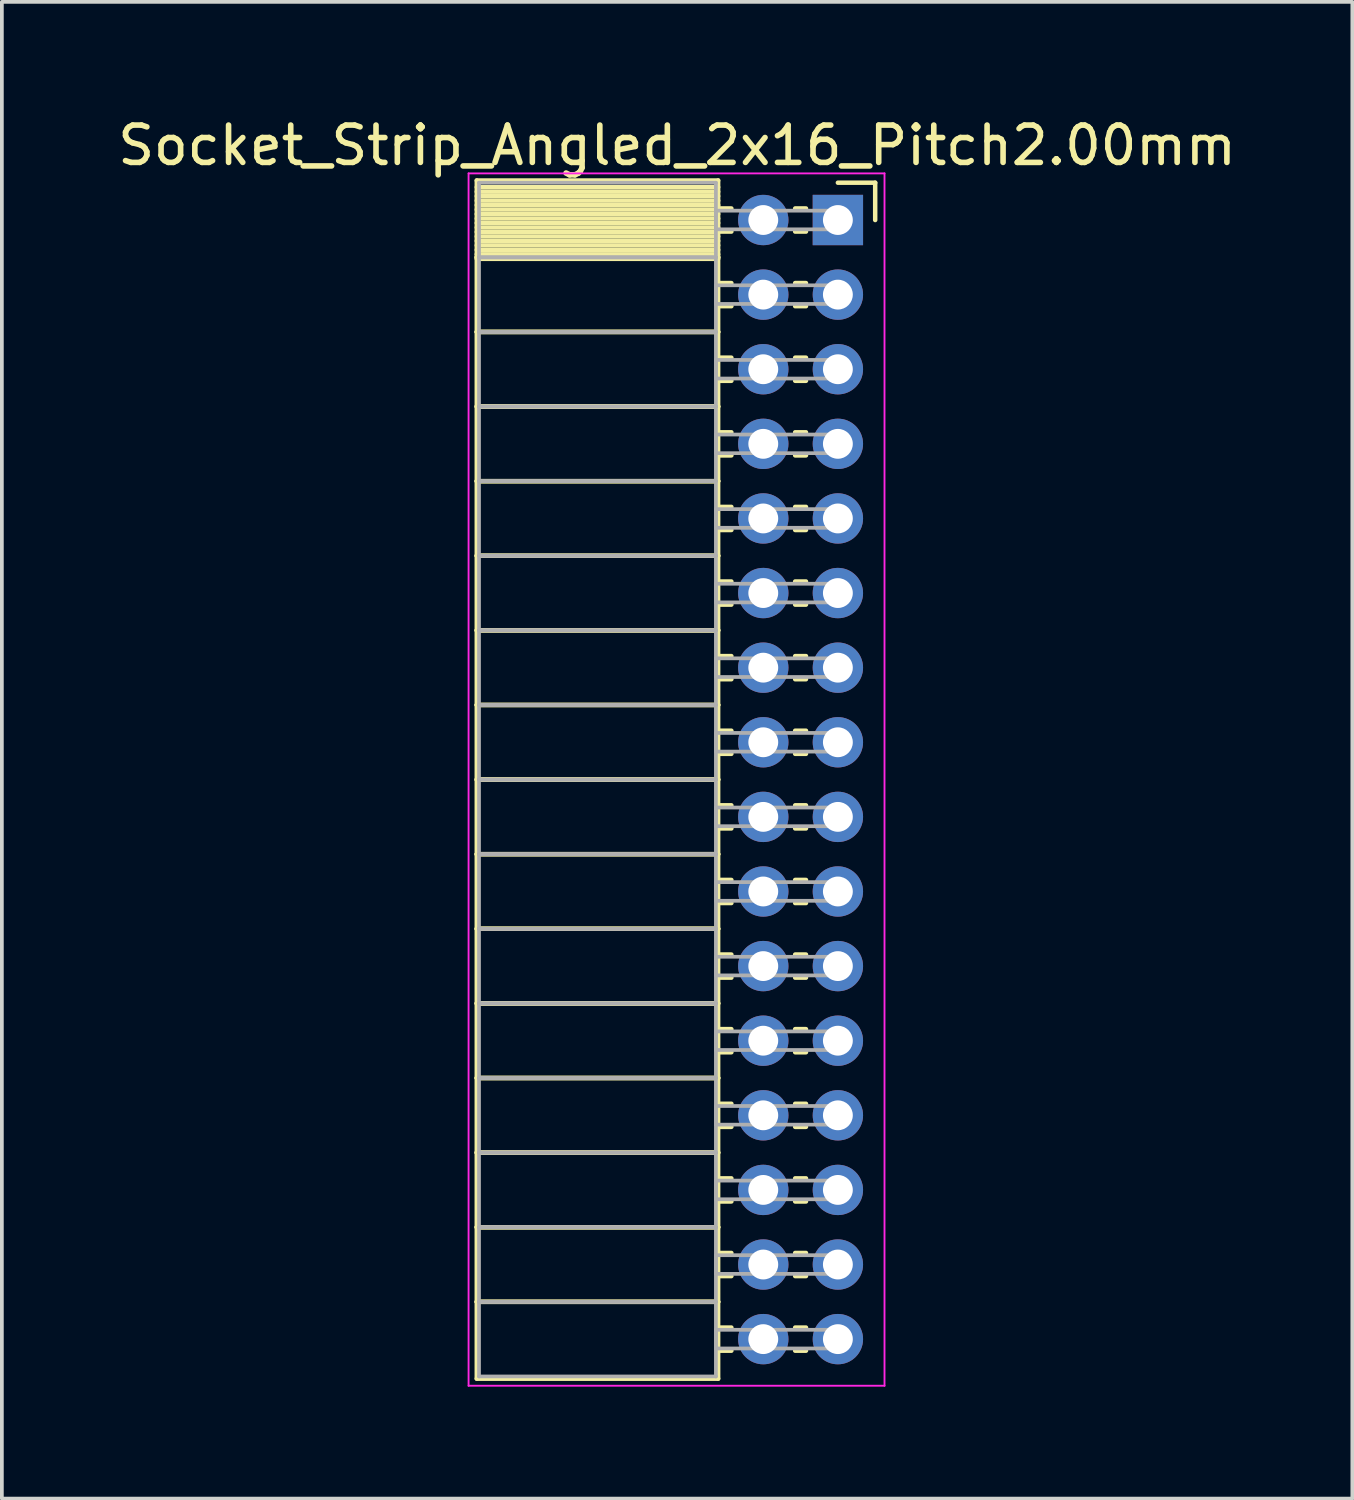
<source format=kicad_pcb>
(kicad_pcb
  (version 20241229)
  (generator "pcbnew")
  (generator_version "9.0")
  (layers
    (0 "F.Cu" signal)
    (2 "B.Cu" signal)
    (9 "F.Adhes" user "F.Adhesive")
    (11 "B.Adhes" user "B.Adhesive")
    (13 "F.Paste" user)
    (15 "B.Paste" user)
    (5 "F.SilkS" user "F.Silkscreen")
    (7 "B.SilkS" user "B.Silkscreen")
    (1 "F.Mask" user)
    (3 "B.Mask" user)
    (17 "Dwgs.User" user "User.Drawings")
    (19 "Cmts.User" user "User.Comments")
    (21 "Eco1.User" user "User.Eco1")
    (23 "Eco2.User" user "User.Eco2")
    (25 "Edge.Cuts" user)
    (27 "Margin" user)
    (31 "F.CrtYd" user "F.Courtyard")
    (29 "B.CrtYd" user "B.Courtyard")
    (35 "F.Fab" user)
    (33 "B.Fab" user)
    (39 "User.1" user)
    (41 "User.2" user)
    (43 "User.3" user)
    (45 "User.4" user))
  (footprint "Socket_Strip_Angled_2x16_Pitch2.00mm"
    (layer "F.Cu")
    (at 19.411 2.848)
    (property "Reference" "Socket_Strip_Angled_2x16_Pitch2.00mm" (at -4.31 -2 0) (layer "F.SilkS") (effects (font (size 1 1) (thickness 0.15))))
    (attr through_hole)
    (fp_line (start -9.68 -1.06) (end -3.21 -1.06) (stroke (width 0.12) (type solid)) (layer "F.SilkS"))
    (fp_line (start -9.68 1) (end -9.68 -1.06) (stroke (width 0.12) (type solid)) (layer "F.SilkS"))
    (fp_line (start -9.68 1) (end -3.21 1) (stroke (width 0.12) (type solid)) (layer "F.SilkS"))
    (fp_line (start -9.68 3) (end -9.68 1) (stroke (width 0.12) (type solid)) (layer "F.SilkS"))
    (fp_line (start -9.68 3) (end -3.21 3) (stroke (width 0.12) (type solid)) (layer "F.SilkS"))
    (fp_line (start -9.68 5) (end -9.68 3) (stroke (width 0.12) (type solid)) (layer "F.SilkS"))
    (fp_line (start -9.68 5) (end -3.21 5) (stroke (width 0.12) (type solid)) (layer "F.SilkS"))
    (fp_line (start -9.68 7) (end -9.68 5) (stroke (width 0.12) (type solid)) (layer "F.SilkS"))
    (fp_line (start -9.68 7) (end -3.21 7) (stroke (width 0.12) (type solid)) (layer "F.SilkS"))
    (fp_line (start -9.68 9) (end -9.68 7) (stroke (width 0.12) (type solid)) (layer "F.SilkS"))
    (fp_line (start -9.68 9) (end -3.21 9) (stroke (width 0.12) (type solid)) (layer "F.SilkS"))
    (fp_line (start -9.68 11) (end -9.68 9) (stroke (width 0.12) (type solid)) (layer "F.SilkS"))
    (fp_line (start -9.68 11) (end -3.21 11) (stroke (width 0.12) (type solid)) (layer "F.SilkS"))
    (fp_line (start -9.68 13) (end -9.68 11) (stroke (width 0.12) (type solid)) (layer "F.SilkS"))
    (fp_line (start -9.68 13) (end -3.21 13) (stroke (width 0.12) (type solid)) (layer "F.SilkS"))
    (fp_line (start -9.68 15) (end -9.68 13) (stroke (width 0.12) (type solid)) (layer "F.SilkS"))
    (fp_line (start -9.68 15) (end -3.21 15) (stroke (width 0.12) (type solid)) (layer "F.SilkS"))
    (fp_line (start -9.68 17) (end -9.68 15) (stroke (width 0.12) (type solid)) (layer "F.SilkS"))
    (fp_line (start -9.68 17) (end -3.21 17) (stroke (width 0.12) (type solid)) (layer "F.SilkS"))
    (fp_line (start -9.68 19) (end -9.68 17) (stroke (width 0.12) (type solid)) (layer "F.SilkS"))
    (fp_line (start -9.68 19) (end -3.21 19) (stroke (width 0.12) (type solid)) (layer "F.SilkS"))
    (fp_line (start -9.68 21) (end -9.68 19) (stroke (width 0.12) (type solid)) (layer "F.SilkS"))
    (fp_line (start -9.68 21) (end -3.21 21) (stroke (width 0.12) (type solid)) (layer "F.SilkS"))
    (fp_line (start -9.68 23) (end -9.68 21) (stroke (width 0.12) (type solid)) (layer "F.SilkS"))
    (fp_line (start -9.68 23) (end -3.21 23) (stroke (width 0.12) (type solid)) (layer "F.SilkS"))
    (fp_line (start -9.68 25) (end -9.68 23) (stroke (width 0.12) (type solid)) (layer "F.SilkS"))
    (fp_line (start -9.68 25) (end -3.21 25) (stroke (width 0.12) (type solid)) (layer "F.SilkS"))
    (fp_line (start -9.68 27) (end -9.68 25) (stroke (width 0.12) (type solid)) (layer "F.SilkS"))
    (fp_line (start -9.68 27) (end -3.21 27) (stroke (width 0.12) (type solid)) (layer "F.SilkS"))
    (fp_line (start -9.68 29) (end -9.68 27) (stroke (width 0.12) (type solid)) (layer "F.SilkS"))
    (fp_line (start -9.68 29) (end -3.21 29) (stroke (width 0.12) (type solid)) (layer "F.SilkS"))
    (fp_line (start -9.68 31.06) (end -9.68 29) (stroke (width 0.12) (type solid)) (layer "F.SilkS"))
    (fp_line (start -3.21 -1.06) (end -3.21 1) (stroke (width 0.12) (type solid)) (layer "F.SilkS"))
    (fp_line (start -3.21 -0.88) (end -9.68 -0.88) (stroke (width 0.12) (type solid)) (layer "F.SilkS"))
    (fp_line (start -3.21 -0.76) (end -9.68 -0.76) (stroke (width 0.12) (type solid)) (layer "F.SilkS"))
    (fp_line (start -3.21 -0.64) (end -9.68 -0.64) (stroke (width 0.12) (type solid)) (layer "F.SilkS"))
    (fp_line (start -3.21 -0.52) (end -9.68 -0.52) (stroke (width 0.12) (type solid)) (layer "F.SilkS"))
    (fp_line (start -3.21 -0.4) (end -9.68 -0.4) (stroke (width 0.12) (type solid)) (layer "F.SilkS"))
    (fp_line (start -3.21 -0.28) (end -9.68 -0.28) (stroke (width 0.12) (type solid)) (layer "F.SilkS"))
    (fp_line (start -3.21 -0.16) (end -9.68 -0.16) (stroke (width 0.12) (type solid)) (layer "F.SilkS"))
    (fp_line (start -3.21 -0.04) (end -9.68 -0.04) (stroke (width 0.12) (type solid)) (layer "F.SilkS"))
    (fp_line (start -3.21 0.08) (end -9.68 0.08) (stroke (width 0.12) (type solid)) (layer "F.SilkS"))
    (fp_line (start -3.21 0.2) (end -9.68 0.2) (stroke (width 0.12) (type solid)) (layer "F.SilkS"))
    (fp_line (start -3.21 0.32) (end -9.68 0.32) (stroke (width 0.12) (type solid)) (layer "F.SilkS"))
    (fp_line (start -3.21 0.44) (end -9.68 0.44) (stroke (width 0.12) (type solid)) (layer "F.SilkS"))
    (fp_line (start -3.21 0.56) (end -9.68 0.56) (stroke (width 0.12) (type solid)) (layer "F.SilkS"))
    (fp_line (start -3.21 0.68) (end -9.68 0.68) (stroke (width 0.12) (type solid)) (layer "F.SilkS"))
    (fp_line (start -3.21 0.8) (end -9.68 0.8) (stroke (width 0.12) (type solid)) (layer "F.SilkS"))
    (fp_line (start -3.21 0.92) (end -9.68 0.92) (stroke (width 0.12) (type solid)) (layer "F.SilkS"))
    (fp_line (start -3.21 1) (end -9.68 1) (stroke (width 0.12) (type solid)) (layer "F.SilkS"))
    (fp_line (start -3.21 1) (end -3.21 3) (stroke (width 0.12) (type solid)) (layer "F.SilkS"))
    (fp_line (start -3.21 1.04) (end -9.68 1.04) (stroke (width 0.12) (type solid)) (layer "F.SilkS"))
    (fp_line (start -3.21 3) (end -9.68 3) (stroke (width 0.12) (type solid)) (layer "F.SilkS"))
    (fp_line (start -3.21 3) (end -3.21 5) (stroke (width 0.12) (type solid)) (layer "F.SilkS"))
    (fp_line (start -3.21 5) (end -9.68 5) (stroke (width 0.12) (type solid)) (layer "F.SilkS"))
    (fp_line (start -3.21 5) (end -3.21 7) (stroke (width 0.12) (type solid)) (layer "F.SilkS"))
    (fp_line (start -3.21 7) (end -9.68 7) (stroke (width 0.12) (type solid)) (layer "F.SilkS"))
    (fp_line (start -3.21 7) (end -3.21 9) (stroke (width 0.12) (type solid)) (layer "F.SilkS"))
    (fp_line (start -3.21 9) (end -9.68 9) (stroke (width 0.12) (type solid)) (layer "F.SilkS"))
    (fp_line (start -3.21 9) (end -3.21 11) (stroke (width 0.12) (type solid)) (layer "F.SilkS"))
    (fp_line (start -3.21 11) (end -9.68 11) (stroke (width 0.12) (type solid)) (layer "F.SilkS"))
    (fp_line (start -3.21 11) (end -3.21 13) (stroke (width 0.12) (type solid)) (layer "F.SilkS"))
    (fp_line (start -3.21 13) (end -9.68 13) (stroke (width 0.12) (type solid)) (layer "F.SilkS"))
    (fp_line (start -3.21 13) (end -3.21 15) (stroke (width 0.12) (type solid)) (layer "F.SilkS"))
    (fp_line (start -3.21 15) (end -9.68 15) (stroke (width 0.12) (type solid)) (layer "F.SilkS"))
    (fp_line (start -3.21 15) (end -3.21 17) (stroke (width 0.12) (type solid)) (layer "F.SilkS"))
    (fp_line (start -3.21 17) (end -9.68 17) (stroke (width 0.12) (type solid)) (layer "F.SilkS"))
    (fp_line (start -3.21 17) (end -3.21 19) (stroke (width 0.12) (type solid)) (layer "F.SilkS"))
    (fp_line (start -3.21 19) (end -9.68 19) (stroke (width 0.12) (type solid)) (layer "F.SilkS"))
    (fp_line (start -3.21 19) (end -3.21 21) (stroke (width 0.12) (type solid)) (layer "F.SilkS"))
    (fp_line (start -3.21 21) (end -9.68 21) (stroke (width 0.12) (type solid)) (layer "F.SilkS"))
    (fp_line (start -3.21 21) (end -3.21 23) (stroke (width 0.12) (type solid)) (layer "F.SilkS"))
    (fp_line (start -3.21 23) (end -9.68 23) (stroke (width 0.12) (type solid)) (layer "F.SilkS"))
    (fp_line (start -3.21 23) (end -3.21 25) (stroke (width 0.12) (type solid)) (layer "F.SilkS"))
    (fp_line (start -3.21 25) (end -9.68 25) (stroke (width 0.12) (type solid)) (layer "F.SilkS"))
    (fp_line (start -3.21 25) (end -3.21 27) (stroke (width 0.12) (type solid)) (layer "F.SilkS"))
    (fp_line (start -3.21 27) (end -9.68 27) (stroke (width 0.12) (type solid)) (layer "F.SilkS"))
    (fp_line (start -3.21 27) (end -3.21 29) (stroke (width 0.12) (type solid)) (layer "F.SilkS"))
    (fp_line (start -3.21 29) (end -9.68 29) (stroke (width 0.12) (type solid)) (layer "F.SilkS"))
    (fp_line (start -3.21 29) (end -3.21 31.06) (stroke (width 0.12) (type solid)) (layer "F.SilkS"))
    (fp_line (start -3.21 31.06) (end -9.68 31.06) (stroke (width 0.12) (type solid)) (layer "F.SilkS"))
    (fp_line (start -2.855 -0.31) (end -3.21 -0.31) (stroke (width 0.12) (type solid)) (layer "F.SilkS"))
    (fp_line (start -2.855 0.31) (end -3.21 0.31) (stroke (width 0.12) (type solid)) (layer "F.SilkS"))
    (fp_line (start -2.855 1.69) (end -3.21 1.69) (stroke (width 0.12) (type solid)) (layer "F.SilkS"))
    (fp_line (start -2.855 2.31) (end -3.21 2.31) (stroke (width 0.12) (type solid)) (layer "F.SilkS"))
    (fp_line (start -2.855 3.69) (end -3.21 3.69) (stroke (width 0.12) (type solid)) (layer "F.SilkS"))
    (fp_line (start -2.855 4.31) (end -3.21 4.31) (stroke (width 0.12) (type solid)) (layer "F.SilkS"))
    (fp_line (start -2.855 5.69) (end -3.21 5.69) (stroke (width 0.12) (type solid)) (layer "F.SilkS"))
    (fp_line (start -2.855 6.31) (end -3.21 6.31) (stroke (width 0.12) (type solid)) (layer "F.SilkS"))
    (fp_line (start -2.855 7.69) (end -3.21 7.69) (stroke (width 0.12) (type solid)) (layer "F.SilkS"))
    (fp_line (start -2.855 8.31) (end -3.21 8.31) (stroke (width 0.12) (type solid)) (layer "F.SilkS"))
    (fp_line (start -2.855 9.69) (end -3.21 9.69) (stroke (width 0.12) (type solid)) (layer "F.SilkS"))
    (fp_line (start -2.855 10.31) (end -3.21 10.31) (stroke (width 0.12) (type solid)) (layer "F.SilkS"))
    (fp_line (start -2.855 11.69) (end -3.21 11.69) (stroke (width 0.12) (type solid)) (layer "F.SilkS"))
    (fp_line (start -2.855 12.31) (end -3.21 12.31) (stroke (width 0.12) (type solid)) (layer "F.SilkS"))
    (fp_line (start -2.855 13.69) (end -3.21 13.69) (stroke (width 0.12) (type solid)) (layer "F.SilkS"))
    (fp_line (start -2.855 14.31) (end -3.21 14.31) (stroke (width 0.12) (type solid)) (layer "F.SilkS"))
    (fp_line (start -2.855 15.69) (end -3.21 15.69) (stroke (width 0.12) (type solid)) (layer "F.SilkS"))
    (fp_line (start -2.855 16.31) (end -3.21 16.31) (stroke (width 0.12) (type solid)) (layer "F.SilkS"))
    (fp_line (start -2.855 17.69) (end -3.21 17.69) (stroke (width 0.12) (type solid)) (layer "F.SilkS"))
    (fp_line (start -2.855 18.31) (end -3.21 18.31) (stroke (width 0.12) (type solid)) (layer "F.SilkS"))
    (fp_line (start -2.855 19.69) (end -3.21 19.69) (stroke (width 0.12) (type solid)) (layer "F.SilkS"))
    (fp_line (start -2.855 20.31) (end -3.21 20.31) (stroke (width 0.12) (type solid)) (layer "F.SilkS"))
    (fp_line (start -2.855 21.69) (end -3.21 21.69) (stroke (width 0.12) (type solid)) (layer "F.SilkS"))
    (fp_line (start -2.855 22.31) (end -3.21 22.31) (stroke (width 0.12) (type solid)) (layer "F.SilkS"))
    (fp_line (start -2.855 23.69) (end -3.21 23.69) (stroke (width 0.12) (type solid)) (layer "F.SilkS"))
    (fp_line (start -2.855 24.31) (end -3.21 24.31) (stroke (width 0.12) (type solid)) (layer "F.SilkS"))
    (fp_line (start -2.855 25.69) (end -3.21 25.69) (stroke (width 0.12) (type solid)) (layer "F.SilkS"))
    (fp_line (start -2.855 26.31) (end -3.21 26.31) (stroke (width 0.12) (type solid)) (layer "F.SilkS"))
    (fp_line (start -2.855 27.69) (end -3.21 27.69) (stroke (width 0.12) (type solid)) (layer "F.SilkS"))
    (fp_line (start -2.855 28.31) (end -3.21 28.31) (stroke (width 0.12) (type solid)) (layer "F.SilkS"))
    (fp_line (start -2.855 29.69) (end -3.21 29.69) (stroke (width 0.12) (type solid)) (layer "F.SilkS"))
    (fp_line (start -2.855 30.31) (end -3.21 30.31) (stroke (width 0.12) (type solid)) (layer "F.SilkS"))
    (fp_line (start -0.855 -0.31) (end -1.145 -0.31) (stroke (width 0.12) (type solid)) (layer "F.SilkS"))
    (fp_line (start -0.855 0.31) (end -1.145 0.31) (stroke (width 0.12) (type solid)) (layer "F.SilkS"))
    (fp_line (start -0.855 1.69) (end -1.145 1.69) (stroke (width 0.12) (type solid)) (layer "F.SilkS"))
    (fp_line (start -0.855 2.31) (end -1.145 2.31) (stroke (width 0.12) (type solid)) (layer "F.SilkS"))
    (fp_line (start -0.855 3.69) (end -1.145 3.69) (stroke (width 0.12) (type solid)) (layer "F.SilkS"))
    (fp_line (start -0.855 4.31) (end -1.145 4.31) (stroke (width 0.12) (type solid)) (layer "F.SilkS"))
    (fp_line (start -0.855 5.69) (end -1.145 5.69) (stroke (width 0.12) (type solid)) (layer "F.SilkS"))
    (fp_line (start -0.855 6.31) (end -1.145 6.31) (stroke (width 0.12) (type solid)) (layer "F.SilkS"))
    (fp_line (start -0.855 7.69) (end -1.145 7.69) (stroke (width 0.12) (type solid)) (layer "F.SilkS"))
    (fp_line (start -0.855 8.31) (end -1.145 8.31) (stroke (width 0.12) (type solid)) (layer "F.SilkS"))
    (fp_line (start -0.855 9.69) (end -1.145 9.69) (stroke (width 0.12) (type solid)) (layer "F.SilkS"))
    (fp_line (start -0.855 10.31) (end -1.145 10.31) (stroke (width 0.12) (type solid)) (layer "F.SilkS"))
    (fp_line (start -0.855 11.69) (end -1.145 11.69) (stroke (width 0.12) (type solid)) (layer "F.SilkS"))
    (fp_line (start -0.855 12.31) (end -1.145 12.31) (stroke (width 0.12) (type solid)) (layer "F.SilkS"))
    (fp_line (start -0.855 13.69) (end -1.145 13.69) (stroke (width 0.12) (type solid)) (layer "F.SilkS"))
    (fp_line (start -0.855 14.31) (end -1.145 14.31) (stroke (width 0.12) (type solid)) (layer "F.SilkS"))
    (fp_line (start -0.855 15.69) (end -1.145 15.69) (stroke (width 0.12) (type solid)) (layer "F.SilkS"))
    (fp_line (start -0.855 16.31) (end -1.145 16.31) (stroke (width 0.12) (type solid)) (layer "F.SilkS"))
    (fp_line (start -0.855 17.69) (end -1.145 17.69) (stroke (width 0.12) (type solid)) (layer "F.SilkS"))
    (fp_line (start -0.855 18.31) (end -1.145 18.31) (stroke (width 0.12) (type solid)) (layer "F.SilkS"))
    (fp_line (start -0.855 19.69) (end -1.145 19.69) (stroke (width 0.12) (type solid)) (layer "F.SilkS"))
    (fp_line (start -0.855 20.31) (end -1.145 20.31) (stroke (width 0.12) (type solid)) (layer "F.SilkS"))
    (fp_line (start -0.855 21.69) (end -1.145 21.69) (stroke (width 0.12) (type solid)) (layer "F.SilkS"))
    (fp_line (start -0.855 22.31) (end -1.145 22.31) (stroke (width 0.12) (type solid)) (layer "F.SilkS"))
    (fp_line (start -0.855 23.69) (end -1.145 23.69) (stroke (width 0.12) (type solid)) (layer "F.SilkS"))
    (fp_line (start -0.855 24.31) (end -1.145 24.31) (stroke (width 0.12) (type solid)) (layer "F.SilkS"))
    (fp_line (start -0.855 25.69) (end -1.145 25.69) (stroke (width 0.12) (type solid)) (layer "F.SilkS"))
    (fp_line (start -0.855 26.31) (end -1.145 26.31) (stroke (width 0.12) (type solid)) (layer "F.SilkS"))
    (fp_line (start -0.855 27.69) (end -1.145 27.69) (stroke (width 0.12) (type solid)) (layer "F.SilkS"))
    (fp_line (start -0.855 28.31) (end -1.145 28.31) (stroke (width 0.12) (type solid)) (layer "F.SilkS"))
    (fp_line (start -0.855 29.69) (end -1.145 29.69) (stroke (width 0.12) (type solid)) (layer "F.SilkS"))
    (fp_line (start -0.855 30.31) (end -1.145 30.31) (stroke (width 0.12) (type solid)) (layer "F.SilkS"))
    (fp_line (start 0 -1) (end 1 -1) (stroke (width 0.12) (type solid)) (layer "F.SilkS"))
    (fp_line (start 1 -1) (end 1 0) (stroke (width 0.12) (type solid)) (layer "F.SilkS"))
    (fp_line (start -9.9 -1.25) (end 1.25 -1.25) (stroke (width 0.05) (type solid)) (layer "F.CrtYd"))
    (fp_line (start -9.9 31.25) (end -9.9 -1.25) (stroke (width 0.05) (type solid)) (layer "F.CrtYd"))
    (fp_line (start 1.25 -1.25) (end 1.25 31.25) (stroke (width 0.05) (type solid)) (layer "F.CrtYd"))
    (fp_line (start 1.25 31.25) (end -9.9 31.25) (stroke (width 0.05) (type solid)) (layer "F.CrtYd"))
    (fp_line (start -9.62 -1) (end -3.27 -1) (stroke (width 0.1) (type solid)) (layer "F.Fab"))
    (fp_line (start -9.62 1) (end -9.62 -1) (stroke (width 0.1) (type solid)) (layer "F.Fab"))
    (fp_line (start -9.62 1) (end -3.27 1) (stroke (width 0.1) (type solid)) (layer "F.Fab"))
    (fp_line (start -9.62 3) (end -9.62 1) (stroke (width 0.1) (type solid)) (layer "F.Fab"))
    (fp_line (start -9.62 3) (end -3.27 3) (stroke (width 0.1) (type solid)) (layer "F.Fab"))
    (fp_line (start -9.62 5) (end -9.62 3) (stroke (width 0.1) (type solid)) (layer "F.Fab"))
    (fp_line (start -9.62 5) (end -3.27 5) (stroke (width 0.1) (type solid)) (layer "F.Fab"))
    (fp_line (start -9.62 7) (end -9.62 5) (stroke (width 0.1) (type solid)) (layer "F.Fab"))
    (fp_line (start -9.62 7) (end -3.27 7) (stroke (width 0.1) (type solid)) (layer "F.Fab"))
    (fp_line (start -9.62 9) (end -9.62 7) (stroke (width 0.1) (type solid)) (layer "F.Fab"))
    (fp_line (start -9.62 9) (end -3.27 9) (stroke (width 0.1) (type solid)) (layer "F.Fab"))
    (fp_line (start -9.62 11) (end -9.62 9) (stroke (width 0.1) (type solid)) (layer "F.Fab"))
    (fp_line (start -9.62 11) (end -3.27 11) (stroke (width 0.1) (type solid)) (layer "F.Fab"))
    (fp_line (start -9.62 13) (end -9.62 11) (stroke (width 0.1) (type solid)) (layer "F.Fab"))
    (fp_line (start -9.62 13) (end -3.27 13) (stroke (width 0.1) (type solid)) (layer "F.Fab"))
    (fp_line (start -9.62 15) (end -9.62 13) (stroke (width 0.1) (type solid)) (layer "F.Fab"))
    (fp_line (start -9.62 15) (end -3.27 15) (stroke (width 0.1) (type solid)) (layer "F.Fab"))
    (fp_line (start -9.62 17) (end -9.62 15) (stroke (width 0.1) (type solid)) (layer "F.Fab"))
    (fp_line (start -9.62 17) (end -3.27 17) (stroke (width 0.1) (type solid)) (layer "F.Fab"))
    (fp_line (start -9.62 19) (end -9.62 17) (stroke (width 0.1) (type solid)) (layer "F.Fab"))
    (fp_line (start -9.62 19) (end -3.27 19) (stroke (width 0.1) (type solid)) (layer "F.Fab"))
    (fp_line (start -9.62 21) (end -9.62 19) (stroke (width 0.1) (type solid)) (layer "F.Fab"))
    (fp_line (start -9.62 21) (end -3.27 21) (stroke (width 0.1) (type solid)) (layer "F.Fab"))
    (fp_line (start -9.62 23) (end -9.62 21) (stroke (width 0.1) (type solid)) (layer "F.Fab"))
    (fp_line (start -9.62 23) (end -3.27 23) (stroke (width 0.1) (type solid)) (layer "F.Fab"))
    (fp_line (start -9.62 25) (end -9.62 23) (stroke (width 0.1) (type solid)) (layer "F.Fab"))
    (fp_line (start -9.62 25) (end -3.27 25) (stroke (width 0.1) (type solid)) (layer "F.Fab"))
    (fp_line (start -9.62 27) (end -9.62 25) (stroke (width 0.1) (type solid)) (layer "F.Fab"))
    (fp_line (start -9.62 27) (end -3.27 27) (stroke (width 0.1) (type solid)) (layer "F.Fab"))
    (fp_line (start -9.62 29) (end -9.62 27) (stroke (width 0.1) (type solid)) (layer "F.Fab"))
    (fp_line (start -9.62 29) (end -3.27 29) (stroke (width 0.1) (type solid)) (layer "F.Fab"))
    (fp_line (start -9.62 31) (end -9.62 29) (stroke (width 0.1) (type solid)) (layer "F.Fab"))
    (fp_line (start -3.27 -1) (end -3.27 1) (stroke (width 0.1) (type solid)) (layer "F.Fab"))
    (fp_line (start -3.27 -0.25) (end 0 -0.25) (stroke (width 0.1) (type solid)) (layer "F.Fab"))
    (fp_line (start -3.27 0.25) (end -3.27 -0.25) (stroke (width 0.1) (type solid)) (layer "F.Fab"))
    (fp_line (start -3.27 1) (end -9.62 1) (stroke (width 0.1) (type solid)) (layer "F.Fab"))
    (fp_line (start -3.27 1) (end -3.27 3) (stroke (width 0.1) (type solid)) (layer "F.Fab"))
    (fp_line (start -3.27 1.75) (end 0 1.75) (stroke (width 0.1) (type solid)) (layer "F.Fab"))
    (fp_line (start -3.27 2.25) (end -3.27 1.75) (stroke (width 0.1) (type solid)) (layer "F.Fab"))
    (fp_line (start -3.27 3) (end -9.62 3) (stroke (width 0.1) (type solid)) (layer "F.Fab"))
    (fp_line (start -3.27 3) (end -3.27 5) (stroke (width 0.1) (type solid)) (layer "F.Fab"))
    (fp_line (start -3.27 3.75) (end 0 3.75) (stroke (width 0.1) (type solid)) (layer "F.Fab"))
    (fp_line (start -3.27 4.25) (end -3.27 3.75) (stroke (width 0.1) (type solid)) (layer "F.Fab"))
    (fp_line (start -3.27 5) (end -9.62 5) (stroke (width 0.1) (type solid)) (layer "F.Fab"))
    (fp_line (start -3.27 5) (end -3.27 7) (stroke (width 0.1) (type solid)) (layer "F.Fab"))
    (fp_line (start -3.27 5.75) (end 0 5.75) (stroke (width 0.1) (type solid)) (layer "F.Fab"))
    (fp_line (start -3.27 6.25) (end -3.27 5.75) (stroke (width 0.1) (type solid)) (layer "F.Fab"))
    (fp_line (start -3.27 7) (end -9.62 7) (stroke (width 0.1) (type solid)) (layer "F.Fab"))
    (fp_line (start -3.27 7) (end -3.27 9) (stroke (width 0.1) (type solid)) (layer "F.Fab"))
    (fp_line (start -3.27 7.75) (end 0 7.75) (stroke (width 0.1) (type solid)) (layer "F.Fab"))
    (fp_line (start -3.27 8.25) (end -3.27 7.75) (stroke (width 0.1) (type solid)) (layer "F.Fab"))
    (fp_line (start -3.27 9) (end -9.62 9) (stroke (width 0.1) (type solid)) (layer "F.Fab"))
    (fp_line (start -3.27 9) (end -3.27 11) (stroke (width 0.1) (type solid)) (layer "F.Fab"))
    (fp_line (start -3.27 9.75) (end 0 9.75) (stroke (width 0.1) (type solid)) (layer "F.Fab"))
    (fp_line (start -3.27 10.25) (end -3.27 9.75) (stroke (width 0.1) (type solid)) (layer "F.Fab"))
    (fp_line (start -3.27 11) (end -9.62 11) (stroke (width 0.1) (type solid)) (layer "F.Fab"))
    (fp_line (start -3.27 11) (end -3.27 13) (stroke (width 0.1) (type solid)) (layer "F.Fab"))
    (fp_line (start -3.27 11.75) (end 0 11.75) (stroke (width 0.1) (type solid)) (layer "F.Fab"))
    (fp_line (start -3.27 12.25) (end -3.27 11.75) (stroke (width 0.1) (type solid)) (layer "F.Fab"))
    (fp_line (start -3.27 13) (end -9.62 13) (stroke (width 0.1) (type solid)) (layer "F.Fab"))
    (fp_line (start -3.27 13) (end -3.27 15) (stroke (width 0.1) (type solid)) (layer "F.Fab"))
    (fp_line (start -3.27 13.75) (end 0 13.75) (stroke (width 0.1) (type solid)) (layer "F.Fab"))
    (fp_line (start -3.27 14.25) (end -3.27 13.75) (stroke (width 0.1) (type solid)) (layer "F.Fab"))
    (fp_line (start -3.27 15) (end -9.62 15) (stroke (width 0.1) (type solid)) (layer "F.Fab"))
    (fp_line (start -3.27 15) (end -3.27 17) (stroke (width 0.1) (type solid)) (layer "F.Fab"))
    (fp_line (start -3.27 15.75) (end 0 15.75) (stroke (width 0.1) (type solid)) (layer "F.Fab"))
    (fp_line (start -3.27 16.25) (end -3.27 15.75) (stroke (width 0.1) (type solid)) (layer "F.Fab"))
    (fp_line (start -3.27 17) (end -9.62 17) (stroke (width 0.1) (type solid)) (layer "F.Fab"))
    (fp_line (start -3.27 17) (end -3.27 19) (stroke (width 0.1) (type solid)) (layer "F.Fab"))
    (fp_line (start -3.27 17.75) (end 0 17.75) (stroke (width 0.1) (type solid)) (layer "F.Fab"))
    (fp_line (start -3.27 18.25) (end -3.27 17.75) (stroke (width 0.1) (type solid)) (layer "F.Fab"))
    (fp_line (start -3.27 19) (end -9.62 19) (stroke (width 0.1) (type solid)) (layer "F.Fab"))
    (fp_line (start -3.27 19) (end -3.27 21) (stroke (width 0.1) (type solid)) (layer "F.Fab"))
    (fp_line (start -3.27 19.75) (end 0 19.75) (stroke (width 0.1) (type solid)) (layer "F.Fab"))
    (fp_line (start -3.27 20.25) (end -3.27 19.75) (stroke (width 0.1) (type solid)) (layer "F.Fab"))
    (fp_line (start -3.27 21) (end -9.62 21) (stroke (width 0.1) (type solid)) (layer "F.Fab"))
    (fp_line (start -3.27 21) (end -3.27 23) (stroke (width 0.1) (type solid)) (layer "F.Fab"))
    (fp_line (start -3.27 21.75) (end 0 21.75) (stroke (width 0.1) (type solid)) (layer "F.Fab"))
    (fp_line (start -3.27 22.25) (end -3.27 21.75) (stroke (width 0.1) (type solid)) (layer "F.Fab"))
    (fp_line (start -3.27 23) (end -9.62 23) (stroke (width 0.1) (type solid)) (layer "F.Fab"))
    (fp_line (start -3.27 23) (end -3.27 25) (stroke (width 0.1) (type solid)) (layer "F.Fab"))
    (fp_line (start -3.27 23.75) (end 0 23.75) (stroke (width 0.1) (type solid)) (layer "F.Fab"))
    (fp_line (start -3.27 24.25) (end -3.27 23.75) (stroke (width 0.1) (type solid)) (layer "F.Fab"))
    (fp_line (start -3.27 25) (end -9.62 25) (stroke (width 0.1) (type solid)) (layer "F.Fab"))
    (fp_line (start -3.27 25) (end -3.27 27) (stroke (width 0.1) (type solid)) (layer "F.Fab"))
    (fp_line (start -3.27 25.75) (end 0 25.75) (stroke (width 0.1) (type solid)) (layer "F.Fab"))
    (fp_line (start -3.27 26.25) (end -3.27 25.75) (stroke (width 0.1) (type solid)) (layer "F.Fab"))
    (fp_line (start -3.27 27) (end -9.62 27) (stroke (width 0.1) (type solid)) (layer "F.Fab"))
    (fp_line (start -3.27 27) (end -3.27 29) (stroke (width 0.1) (type solid)) (layer "F.Fab"))
    (fp_line (start -3.27 27.75) (end 0 27.75) (stroke (width 0.1) (type solid)) (layer "F.Fab"))
    (fp_line (start -3.27 28.25) (end -3.27 27.75) (stroke (width 0.1) (type solid)) (layer "F.Fab"))
    (fp_line (start -3.27 29) (end -9.62 29) (stroke (width 0.1) (type solid)) (layer "F.Fab"))
    (fp_line (start -3.27 29) (end -3.27 31) (stroke (width 0.1) (type solid)) (layer "F.Fab"))
    (fp_line (start -3.27 29.75) (end 0 29.75) (stroke (width 0.1) (type solid)) (layer "F.Fab"))
    (fp_line (start -3.27 30.25) (end -3.27 29.75) (stroke (width 0.1) (type solid)) (layer "F.Fab"))
    (fp_line (start -3.27 31) (end -9.62 31) (stroke (width 0.1) (type solid)) (layer "F.Fab"))
    (fp_line (start 0 -0.25) (end 0 0.25) (stroke (width 0.1) (type solid)) (layer "F.Fab"))
    (fp_line (start 0 0.25) (end -3.27 0.25) (stroke (width 0.1) (type solid)) (layer "F.Fab"))
    (fp_line (start 0 1.75) (end 0 2.25) (stroke (width 0.1) (type solid)) (layer "F.Fab"))
    (fp_line (start 0 2.25) (end -3.27 2.25) (stroke (width 0.1) (type solid)) (layer "F.Fab"))
    (fp_line (start 0 3.75) (end 0 4.25) (stroke (width 0.1) (type solid)) (layer "F.Fab"))
    (fp_line (start 0 4.25) (end -3.27 4.25) (stroke (width 0.1) (type solid)) (layer "F.Fab"))
    (fp_line (start 0 5.75) (end 0 6.25) (stroke (width 0.1) (type solid)) (layer "F.Fab"))
    (fp_line (start 0 6.25) (end -3.27 6.25) (stroke (width 0.1) (type solid)) (layer "F.Fab"))
    (fp_line (start 0 7.75) (end 0 8.25) (stroke (width 0.1) (type solid)) (layer "F.Fab"))
    (fp_line (start 0 8.25) (end -3.27 8.25) (stroke (width 0.1) (type solid)) (layer "F.Fab"))
    (fp_line (start 0 9.75) (end 0 10.25) (stroke (width 0.1) (type solid)) (layer "F.Fab"))
    (fp_line (start 0 10.25) (end -3.27 10.25) (stroke (width 0.1) (type solid)) (layer "F.Fab"))
    (fp_line (start 0 11.75) (end 0 12.25) (stroke (width 0.1) (type solid)) (layer "F.Fab"))
    (fp_line (start 0 12.25) (end -3.27 12.25) (stroke (width 0.1) (type solid)) (layer "F.Fab"))
    (fp_line (start 0 13.75) (end 0 14.25) (stroke (width 0.1) (type solid)) (layer "F.Fab"))
    (fp_line (start 0 14.25) (end -3.27 14.25) (stroke (width 0.1) (type solid)) (layer "F.Fab"))
    (fp_line (start 0 15.75) (end 0 16.25) (stroke (width 0.1) (type solid)) (layer "F.Fab"))
    (fp_line (start 0 16.25) (end -3.27 16.25) (stroke (width 0.1) (type solid)) (layer "F.Fab"))
    (fp_line (start 0 17.75) (end 0 18.25) (stroke (width 0.1) (type solid)) (layer "F.Fab"))
    (fp_line (start 0 18.25) (end -3.27 18.25) (stroke (width 0.1) (type solid)) (layer "F.Fab"))
    (fp_line (start 0 19.75) (end 0 20.25) (stroke (width 0.1) (type solid)) (layer "F.Fab"))
    (fp_line (start 0 20.25) (end -3.27 20.25) (stroke (width 0.1) (type solid)) (layer "F.Fab"))
    (fp_line (start 0 21.75) (end 0 22.25) (stroke (width 0.1) (type solid)) (layer "F.Fab"))
    (fp_line (start 0 22.25) (end -3.27 22.25) (stroke (width 0.1) (type solid)) (layer "F.Fab"))
    (fp_line (start 0 23.75) (end 0 24.25) (stroke (width 0.1) (type solid)) (layer "F.Fab"))
    (fp_line (start 0 24.25) (end -3.27 24.25) (stroke (width 0.1) (type solid)) (layer "F.Fab"))
    (fp_line (start 0 25.75) (end 0 26.25) (stroke (width 0.1) (type solid)) (layer "F.Fab"))
    (fp_line (start 0 26.25) (end -3.27 26.25) (stroke (width 0.1) (type solid)) (layer "F.Fab"))
    (fp_line (start 0 27.75) (end 0 28.25) (stroke (width 0.1) (type solid)) (layer "F.Fab"))
    (fp_line (start 0 28.25) (end -3.27 28.25) (stroke (width 0.1) (type solid)) (layer "F.Fab"))
    (fp_line (start 0 29.75) (end 0 30.25) (stroke (width 0.1) (type solid)) (layer "F.Fab"))
    (fp_line (start 0 30.25) (end -3.27 30.25) (stroke (width 0.1) (type solid)) (layer "F.Fab"))
    (pad "1" thru_hole rect (at 0 0) (size 1.35 1.35) (drill 0.8) (layers "*.Cu" "*.Mask"))
    (pad "2" thru_hole oval (at -2 0) (size 1.35 1.35) (drill 0.8) (layers "*.Cu" "*.Mask"))
    (pad "3" thru_hole oval (at 0 2) (size 1.35 1.35) (drill 0.8) (layers "*.Cu" "*.Mask"))
    (pad "4" thru_hole oval (at -2 2) (size 1.35 1.35) (drill 0.8) (layers "*.Cu" "*.Mask"))
    (pad "5" thru_hole oval (at 0 4) (size 1.35 1.35) (drill 0.8) (layers "*.Cu" "*.Mask"))
    (pad "6" thru_hole oval (at -2 4) (size 1.35 1.35) (drill 0.8) (layers "*.Cu" "*.Mask"))
    (pad "7" thru_hole oval (at 0 6) (size 1.35 1.35) (drill 0.8) (layers "*.Cu" "*.Mask"))
    (pad "8" thru_hole oval (at -2 6) (size 1.35 1.35) (drill 0.8) (layers "*.Cu" "*.Mask"))
    (pad "9" thru_hole oval (at 0 8) (size 1.35 1.35) (drill 0.8) (layers "*.Cu" "*.Mask"))
    (pad "10" thru_hole oval (at -2 8) (size 1.35 1.35) (drill 0.8) (layers "*.Cu" "*.Mask"))
    (pad "11" thru_hole oval (at 0 10) (size 1.35 1.35) (drill 0.8) (layers "*.Cu" "*.Mask"))
    (pad "12" thru_hole oval (at -2 10) (size 1.35 1.35) (drill 0.8) (layers "*.Cu" "*.Mask"))
    (pad "13" thru_hole oval (at 0 12) (size 1.35 1.35) (drill 0.8) (layers "*.Cu" "*.Mask"))
    (pad "14" thru_hole oval (at -2 12) (size 1.35 1.35) (drill 0.8) (layers "*.Cu" "*.Mask"))
    (pad "15" thru_hole oval (at 0 14) (size 1.35 1.35) (drill 0.8) (layers "*.Cu" "*.Mask"))
    (pad "16" thru_hole oval (at -2 14) (size 1.35 1.35) (drill 0.8) (layers "*.Cu" "*.Mask"))
    (pad "17" thru_hole oval (at 0 16) (size 1.35 1.35) (drill 0.8) (layers "*.Cu" "*.Mask"))
    (pad "18" thru_hole oval (at -2 16) (size 1.35 1.35) (drill 0.8) (layers "*.Cu" "*.Mask"))
    (pad "19" thru_hole oval (at 0 18) (size 1.35 1.35) (drill 0.8) (layers "*.Cu" "*.Mask"))
    (pad "20" thru_hole oval (at -2 18) (size 1.35 1.35) (drill 0.8) (layers "*.Cu" "*.Mask"))
    (pad "21" thru_hole oval (at 0 20) (size 1.35 1.35) (drill 0.8) (layers "*.Cu" "*.Mask"))
    (pad "22" thru_hole oval (at -2 20) (size 1.35 1.35) (drill 0.8) (layers "*.Cu" "*.Mask"))
    (pad "23" thru_hole oval (at 0 22) (size 1.35 1.35) (drill 0.8) (layers "*.Cu" "*.Mask"))
    (pad "24" thru_hole oval (at -2 22) (size 1.35 1.35) (drill 0.8) (layers "*.Cu" "*.Mask"))
    (pad "25" thru_hole oval (at 0 24) (size 1.35 1.35) (drill 0.8) (layers "*.Cu" "*.Mask"))
    (pad "26" thru_hole oval (at -2 24) (size 1.35 1.35) (drill 0.8) (layers "*.Cu" "*.Mask"))
    (pad "27" thru_hole oval (at 0 26) (size 1.35 1.35) (drill 0.8) (layers "*.Cu" "*.Mask"))
    (pad "28" thru_hole oval (at -2 26) (size 1.35 1.35) (drill 0.8) (layers "*.Cu" "*.Mask"))
    (pad "29" thru_hole oval (at 0 28) (size 1.35 1.35) (drill 0.8) (layers "*.Cu" "*.Mask"))
    (pad "30" thru_hole oval (at -2 28) (size 1.35 1.35) (drill 0.8) (layers "*.Cu" "*.Mask"))
    (pad "31" thru_hole oval (at 0 30) (size 1.35 1.35) (drill 0.8) (layers "*.Cu" "*.Mask"))
    (pad "32" thru_hole oval (at -2 30) (size 1.35 1.35) (drill 0.8) (layers "*.Cu" "*.Mask")))
  (gr_rect
    (start -3 -3)
    (end 33.202 37.123)
    (stroke (width 0.1) (type default))
    (fill no)
    (layer "Edge.Cuts")))
</source>
